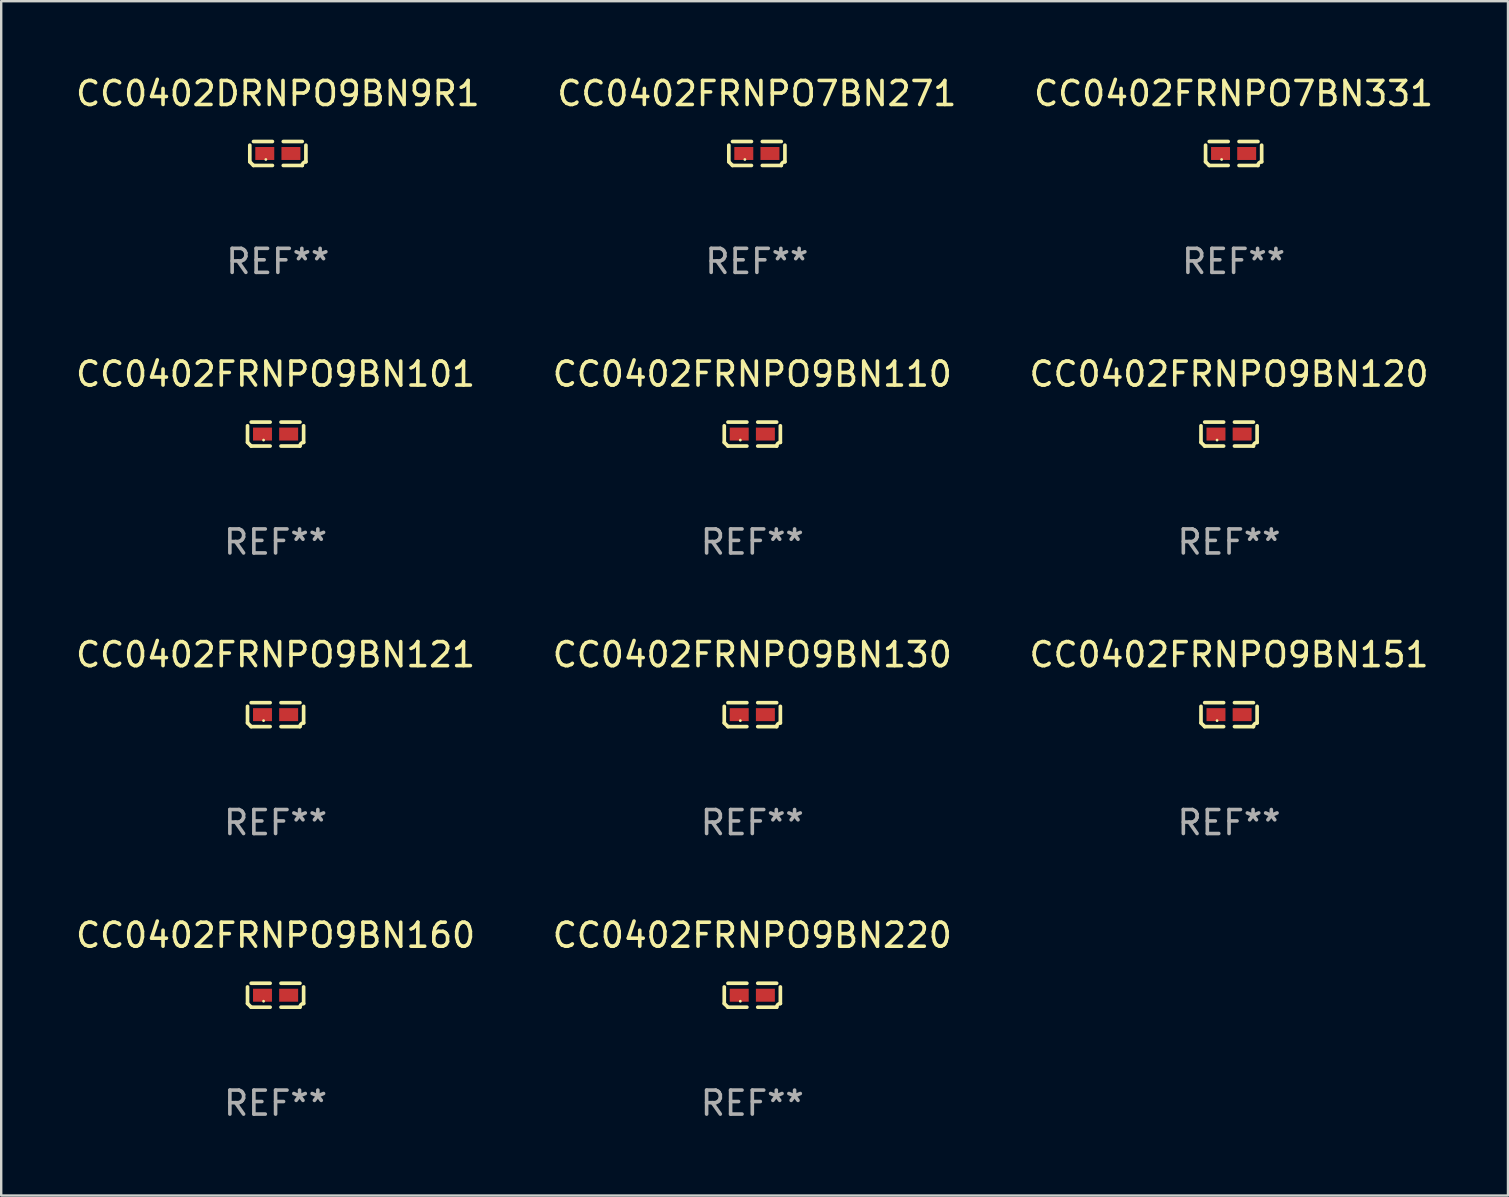
<source format=kicad_pcb>
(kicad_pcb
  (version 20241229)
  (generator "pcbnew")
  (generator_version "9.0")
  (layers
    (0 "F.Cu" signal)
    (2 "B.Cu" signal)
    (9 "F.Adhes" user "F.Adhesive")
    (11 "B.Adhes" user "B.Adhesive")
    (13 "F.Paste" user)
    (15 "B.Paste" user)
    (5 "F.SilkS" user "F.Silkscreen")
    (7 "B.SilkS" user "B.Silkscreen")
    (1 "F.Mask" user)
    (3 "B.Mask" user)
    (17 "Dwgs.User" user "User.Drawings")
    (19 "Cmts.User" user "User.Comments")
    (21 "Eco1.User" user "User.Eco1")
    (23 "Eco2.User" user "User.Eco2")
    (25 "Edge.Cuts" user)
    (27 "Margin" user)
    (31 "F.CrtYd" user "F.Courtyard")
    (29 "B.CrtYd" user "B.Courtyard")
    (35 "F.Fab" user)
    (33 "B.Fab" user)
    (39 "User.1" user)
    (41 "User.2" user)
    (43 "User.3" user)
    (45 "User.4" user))
  (footprint "CC0402FRNPO9BN121"
    (layer "F.Cu")
    (at 8.435 26.734)
    (property "Reference" "CC0402FRNPO9BN121" (at 0 -2.499 0) (layer "F.SilkS") (effects (font (size 1 1) (thickness 0.15))))
    (attr through_hole)
    (fp_line (start -1.169 0.346) (end -1.169 -0.346) (stroke (width 0.152) (type solid)) (layer "F.SilkS"))
    (fp_line (start -1.016 -0.499) (end -0.226 -0.499) (stroke (width 0.152) (type solid)) (layer "F.SilkS"))
    (fp_line (start -0.226 0.499) (end -1.016 0.499) (stroke (width 0.152) (type solid)) (layer "F.SilkS"))
    (fp_line (start 0.226 0.499) (end 1.016 0.499) (stroke (width 0.152) (type solid)) (layer "F.SilkS"))
    (fp_line (start 1.016 -0.499) (end 0.226 -0.499) (stroke (width 0.152) (type solid)) (layer "F.SilkS"))
    (fp_line (start 1.169 0.346) (end 1.169 -0.346) (stroke (width 0.152) (type solid)) (layer "F.SilkS"))
    (fp_arc (start -1.016307 0.498603) (mid -1.092512 0.422405) (end -1.16871 0.3462) (stroke (width 0.1524) (type solid)) (layer "F.SilkS"))
    (fp_arc (start 1.016307 0.498603) (mid 1.060899 0.390758) (end 1.168707 0.346076) (stroke (width 0.1524) (type solid)) (layer "F.SilkS"))
    (fp_circle (center -0.5 0.25) (end -0.47 0.25) (stroke (width 0.06) (type solid)) (fill no) (layer "F.SilkS"))
    (fp_text user "REF**" (at 0 4.499 0) (layer "F.Fab") (effects (font (size 1 1) (thickness 0.15))))
    (pad "1" smd rect (at -0.545 0) (size 0.79 0.54) (layers "F.Cu" "F.Mask" "F.Paste"))
    (pad "2" smd rect (at 0.545 0) (size 0.79 0.54) (layers "F.Cu" "F.Mask" "F.Paste")))
  (footprint "CC0402FRNPO9BN151"
    (layer "F.Cu")
    (at 48.173 26.734)
    (property "Reference" "CC0402FRNPO9BN151" (at 0 -2.499 0) (layer "F.SilkS") (effects (font (size 1 1) (thickness 0.15))))
    (attr through_hole)
    (fp_line (start -1.169 0.346) (end -1.169 -0.346) (stroke (width 0.152) (type solid)) (layer "F.SilkS"))
    (fp_line (start -1.016 -0.499) (end -0.226 -0.499) (stroke (width 0.152) (type solid)) (layer "F.SilkS"))
    (fp_line (start -0.226 0.499) (end -1.016 0.499) (stroke (width 0.152) (type solid)) (layer "F.SilkS"))
    (fp_line (start 0.226 0.499) (end 1.016 0.499) (stroke (width 0.152) (type solid)) (layer "F.SilkS"))
    (fp_line (start 1.016 -0.499) (end 0.226 -0.499) (stroke (width 0.152) (type solid)) (layer "F.SilkS"))
    (fp_line (start 1.169 0.346) (end 1.169 -0.346) (stroke (width 0.152) (type solid)) (layer "F.SilkS"))
    (fp_arc (start -1.016307 0.498603) (mid -1.092512 0.422405) (end -1.16871 0.3462) (stroke (width 0.1524) (type solid)) (layer "F.SilkS"))
    (fp_arc (start 1.016307 0.498603) (mid 1.060899 0.390758) (end 1.168707 0.346076) (stroke (width 0.1524) (type solid)) (layer "F.SilkS"))
    (fp_circle (center -0.5 0.25) (end -0.47 0.25) (stroke (width 0.06) (type solid)) (fill no) (layer "F.SilkS"))
    (fp_text user "REF**" (at 0 4.499 0) (layer "F.Fab") (effects (font (size 1 1) (thickness 0.15))))
    (pad "1" smd rect (at -0.545 0) (size 0.79 0.54) (layers "F.Cu" "F.Mask" "F.Paste"))
    (pad "2" smd rect (at 0.545 0) (size 0.79 0.54) (layers "F.Cu" "F.Mask" "F.Paste")))
  (footprint "CC0402FRNPO9BN220"
    (layer "F.Cu")
    (at 28.304 38.428)
    (property "Reference" "CC0402FRNPO9BN220" (at 0 -2.499 0) (layer "F.SilkS") (effects (font (size 1 1) (thickness 0.15))))
    (attr through_hole)
    (fp_line (start -1.169 0.346) (end -1.169 -0.346) (stroke (width 0.152) (type solid)) (layer "F.SilkS"))
    (fp_line (start -1.016 -0.499) (end -0.226 -0.499) (stroke (width 0.152) (type solid)) (layer "F.SilkS"))
    (fp_line (start -0.226 0.499) (end -1.016 0.499) (stroke (width 0.152) (type solid)) (layer "F.SilkS"))
    (fp_line (start 0.226 0.499) (end 1.016 0.499) (stroke (width 0.152) (type solid)) (layer "F.SilkS"))
    (fp_line (start 1.016 -0.499) (end 0.226 -0.499) (stroke (width 0.152) (type solid)) (layer "F.SilkS"))
    (fp_line (start 1.169 0.346) (end 1.169 -0.346) (stroke (width 0.152) (type solid)) (layer "F.SilkS"))
    (fp_arc (start -1.016307 0.498603) (mid -1.092512 0.422405) (end -1.16871 0.3462) (stroke (width 0.1524) (type solid)) (layer "F.SilkS"))
    (fp_arc (start 1.016307 0.498603) (mid 1.060899 0.390758) (end 1.168707 0.346076) (stroke (width 0.1524) (type solid)) (layer "F.SilkS"))
    (fp_circle (center -0.5 0.25) (end -0.47 0.25) (stroke (width 0.06) (type solid)) (fill no) (layer "F.SilkS"))
    (fp_text user "REF**" (at 0 4.499 0) (layer "F.Fab") (effects (font (size 1 1) (thickness 0.15))))
    (pad "1" smd rect (at -0.545 0) (size 0.79 0.54) (layers "F.Cu" "F.Mask" "F.Paste"))
    (pad "2" smd rect (at 0.545 0) (size 0.79 0.54) (layers "F.Cu" "F.Mask" "F.Paste")))
  (footprint "CC0402FRNPO7BN271"
    (layer "F.Cu")
    (at 28.494 3.347)
    (property "Reference" "CC0402FRNPO7BN271" (at 0 -2.499 0) (layer "F.SilkS") (effects (font (size 1 1) (thickness 0.15))))
    (attr through_hole)
    (fp_line (start -1.169 0.346) (end -1.169 -0.346) (stroke (width 0.152) (type solid)) (layer "F.SilkS"))
    (fp_line (start -1.016 -0.499) (end -0.226 -0.499) (stroke (width 0.152) (type solid)) (layer "F.SilkS"))
    (fp_line (start -0.226 0.499) (end -1.016 0.499) (stroke (width 0.152) (type solid)) (layer "F.SilkS"))
    (fp_line (start 0.226 0.499) (end 1.016 0.499) (stroke (width 0.152) (type solid)) (layer "F.SilkS"))
    (fp_line (start 1.016 -0.499) (end 0.226 -0.499) (stroke (width 0.152) (type solid)) (layer "F.SilkS"))
    (fp_line (start 1.169 0.346) (end 1.169 -0.346) (stroke (width 0.152) (type solid)) (layer "F.SilkS"))
    (fp_arc (start -1.016307 0.498603) (mid -1.092512 0.422405) (end -1.16871 0.3462) (stroke (width 0.1524) (type solid)) (layer "F.SilkS"))
    (fp_arc (start 1.016307 0.498603) (mid 1.060899 0.390758) (end 1.168707 0.346076) (stroke (width 0.1524) (type solid)) (layer "F.SilkS"))
    (fp_circle (center -0.5 0.25) (end -0.47 0.25) (stroke (width 0.06) (type solid)) (fill no) (layer "F.SilkS"))
    (fp_text user "REF**" (at 0 4.499 0) (layer "F.Fab") (effects (font (size 1 1) (thickness 0.15))))
    (pad "1" smd rect (at -0.545 0) (size 0.79 0.54) (layers "F.Cu" "F.Mask" "F.Paste"))
    (pad "2" smd rect (at 0.545 0) (size 0.79 0.54) (layers "F.Cu" "F.Mask" "F.Paste")))
  (footprint "CC0402DRNPO9BN9R1"
    (layer "F.Cu")
    (at 8.53 3.347)
    (property "Reference" "CC0402DRNPO9BN9R1" (at 0 -2.499 0) (layer "F.SilkS") (effects (font (size 1 1) (thickness 0.15))))
    (attr through_hole)
    (fp_line (start -1.169 0.346) (end -1.169 -0.346) (stroke (width 0.152) (type solid)) (layer "F.SilkS"))
    (fp_line (start -1.016 -0.499) (end -0.226 -0.499) (stroke (width 0.152) (type solid)) (layer "F.SilkS"))
    (fp_line (start -0.226 0.499) (end -1.016 0.499) (stroke (width 0.152) (type solid)) (layer "F.SilkS"))
    (fp_line (start 0.226 0.499) (end 1.016 0.499) (stroke (width 0.152) (type solid)) (layer "F.SilkS"))
    (fp_line (start 1.016 -0.499) (end 0.226 -0.499) (stroke (width 0.152) (type solid)) (layer "F.SilkS"))
    (fp_line (start 1.169 0.346) (end 1.169 -0.346) (stroke (width 0.152) (type solid)) (layer "F.SilkS"))
    (fp_arc (start -1.016307 0.498603) (mid -1.092512 0.422405) (end -1.16871 0.3462) (stroke (width 0.1524) (type solid)) (layer "F.SilkS"))
    (fp_arc (start 1.016307 0.498603) (mid 1.060899 0.390758) (end 1.168707 0.346076) (stroke (width 0.1524) (type solid)) (layer "F.SilkS"))
    (fp_circle (center -0.5 0.25) (end -0.47 0.25) (stroke (width 0.06) (type solid)) (fill no) (layer "F.SilkS"))
    (fp_text user "REF**" (at 0 4.499 0) (layer "F.Fab") (effects (font (size 1 1) (thickness 0.15))))
    (pad "1" smd rect (at -0.545 0) (size 0.79 0.54) (layers "F.Cu" "F.Mask" "F.Paste"))
    (pad "2" smd rect (at 0.545 0) (size 0.79 0.54) (layers "F.Cu" "F.Mask" "F.Paste")))
  (footprint "CC0402FRNPO7BN331"
    (layer "F.Cu")
    (at 48.363 3.347)
    (property "Reference" "CC0402FRNPO7BN331" (at 0 -2.499 0) (layer "F.SilkS") (effects (font (size 1 1) (thickness 0.15))))
    (attr through_hole)
    (fp_line (start -1.169 0.346) (end -1.169 -0.346) (stroke (width 0.152) (type solid)) (layer "F.SilkS"))
    (fp_line (start -1.016 -0.499) (end -0.226 -0.499) (stroke (width 0.152) (type solid)) (layer "F.SilkS"))
    (fp_line (start -0.226 0.499) (end -1.016 0.499) (stroke (width 0.152) (type solid)) (layer "F.SilkS"))
    (fp_line (start 0.226 0.499) (end 1.016 0.499) (stroke (width 0.152) (type solid)) (layer "F.SilkS"))
    (fp_line (start 1.016 -0.499) (end 0.226 -0.499) (stroke (width 0.152) (type solid)) (layer "F.SilkS"))
    (fp_line (start 1.169 0.346) (end 1.169 -0.346) (stroke (width 0.152) (type solid)) (layer "F.SilkS"))
    (fp_arc (start -1.016307 0.498603) (mid -1.092512 0.422405) (end -1.16871 0.3462) (stroke (width 0.1524) (type solid)) (layer "F.SilkS"))
    (fp_arc (start 1.016307 0.498603) (mid 1.060899 0.390758) (end 1.168707 0.346076) (stroke (width 0.1524) (type solid)) (layer "F.SilkS"))
    (fp_circle (center -0.5 0.25) (end -0.47 0.25) (stroke (width 0.06) (type solid)) (fill no) (layer "F.SilkS"))
    (fp_text user "REF**" (at 0 4.499 0) (layer "F.Fab") (effects (font (size 1 1) (thickness 0.15))))
    (pad "1" smd rect (at -0.545 0) (size 0.79 0.54) (layers "F.Cu" "F.Mask" "F.Paste"))
    (pad "2" smd rect (at 0.545 0) (size 0.79 0.54) (layers "F.Cu" "F.Mask" "F.Paste")))
  (footprint "CC0402FRNPO9BN110"
    (layer "F.Cu")
    (at 28.304 15.041)
    (property "Reference" "CC0402FRNPO9BN110" (at 0 -2.499 0) (layer "F.SilkS") (effects (font (size 1 1) (thickness 0.15))))
    (attr through_hole)
    (fp_line (start -1.169 0.346) (end -1.169 -0.346) (stroke (width 0.152) (type solid)) (layer "F.SilkS"))
    (fp_line (start -1.016 -0.499) (end -0.226 -0.499) (stroke (width 0.152) (type solid)) (layer "F.SilkS"))
    (fp_line (start -0.226 0.499) (end -1.016 0.499) (stroke (width 0.152) (type solid)) (layer "F.SilkS"))
    (fp_line (start 0.226 0.499) (end 1.016 0.499) (stroke (width 0.152) (type solid)) (layer "F.SilkS"))
    (fp_line (start 1.016 -0.499) (end 0.226 -0.499) (stroke (width 0.152) (type solid)) (layer "F.SilkS"))
    (fp_line (start 1.169 0.346) (end 1.169 -0.346) (stroke (width 0.152) (type solid)) (layer "F.SilkS"))
    (fp_arc (start -1.016307 0.498603) (mid -1.092512 0.422405) (end -1.16871 0.3462) (stroke (width 0.1524) (type solid)) (layer "F.SilkS"))
    (fp_arc (start 1.016307 0.498603) (mid 1.060899 0.390758) (end 1.168707 0.346076) (stroke (width 0.1524) (type solid)) (layer "F.SilkS"))
    (fp_circle (center -0.5 0.25) (end -0.47 0.25) (stroke (width 0.06) (type solid)) (fill no) (layer "F.SilkS"))
    (fp_text user "REF**" (at 0 4.499 0) (layer "F.Fab") (effects (font (size 1 1) (thickness 0.15))))
    (pad "1" smd rect (at -0.545 0) (size 0.79 0.54) (layers "F.Cu" "F.Mask" "F.Paste"))
    (pad "2" smd rect (at 0.545 0) (size 0.79 0.54) (layers "F.Cu" "F.Mask" "F.Paste")))
  (footprint "CC0402FRNPO9BN160"
    (layer "F.Cu")
    (at 8.435 38.428)
    (property "Reference" "CC0402FRNPO9BN160" (at 0 -2.499 0) (layer "F.SilkS") (effects (font (size 1 1) (thickness 0.15))))
    (attr through_hole)
    (fp_line (start -1.169 0.346) (end -1.169 -0.346) (stroke (width 0.152) (type solid)) (layer "F.SilkS"))
    (fp_line (start -1.016 -0.499) (end -0.226 -0.499) (stroke (width 0.152) (type solid)) (layer "F.SilkS"))
    (fp_line (start -0.226 0.499) (end -1.016 0.499) (stroke (width 0.152) (type solid)) (layer "F.SilkS"))
    (fp_line (start 0.226 0.499) (end 1.016 0.499) (stroke (width 0.152) (type solid)) (layer "F.SilkS"))
    (fp_line (start 1.016 -0.499) (end 0.226 -0.499) (stroke (width 0.152) (type solid)) (layer "F.SilkS"))
    (fp_line (start 1.169 0.346) (end 1.169 -0.346) (stroke (width 0.152) (type solid)) (layer "F.SilkS"))
    (fp_arc (start -1.016307 0.498603) (mid -1.092512 0.422405) (end -1.16871 0.3462) (stroke (width 0.1524) (type solid)) (layer "F.SilkS"))
    (fp_arc (start 1.016307 0.498603) (mid 1.060899 0.390758) (end 1.168707 0.346076) (stroke (width 0.1524) (type solid)) (layer "F.SilkS"))
    (fp_circle (center -0.5 0.25) (end -0.47 0.25) (stroke (width 0.06) (type solid)) (fill no) (layer "F.SilkS"))
    (fp_text user "REF**" (at 0 4.499 0) (layer "F.Fab") (effects (font (size 1 1) (thickness 0.15))))
    (pad "1" smd rect (at -0.545 0) (size 0.79 0.54) (layers "F.Cu" "F.Mask" "F.Paste"))
    (pad "2" smd rect (at 0.545 0) (size 0.79 0.54) (layers "F.Cu" "F.Mask" "F.Paste")))
  (footprint "CC0402FRNPO9BN120"
    (layer "F.Cu")
    (at 48.173 15.041)
    (property "Reference" "CC0402FRNPO9BN120" (at 0 -2.499 0) (layer "F.SilkS") (effects (font (size 1 1) (thickness 0.15))))
    (attr through_hole)
    (fp_line (start -1.169 0.346) (end -1.169 -0.346) (stroke (width 0.152) (type solid)) (layer "F.SilkS"))
    (fp_line (start -1.016 -0.499) (end -0.226 -0.499) (stroke (width 0.152) (type solid)) (layer "F.SilkS"))
    (fp_line (start -0.226 0.499) (end -1.016 0.499) (stroke (width 0.152) (type solid)) (layer "F.SilkS"))
    (fp_line (start 0.226 0.499) (end 1.016 0.499) (stroke (width 0.152) (type solid)) (layer "F.SilkS"))
    (fp_line (start 1.016 -0.499) (end 0.226 -0.499) (stroke (width 0.152) (type solid)) (layer "F.SilkS"))
    (fp_line (start 1.169 0.346) (end 1.169 -0.346) (stroke (width 0.152) (type solid)) (layer "F.SilkS"))
    (fp_arc (start -1.016307 0.498603) (mid -1.092512 0.422405) (end -1.16871 0.3462) (stroke (width 0.1524) (type solid)) (layer "F.SilkS"))
    (fp_arc (start 1.016307 0.498603) (mid 1.060899 0.390758) (end 1.168707 0.346076) (stroke (width 0.1524) (type solid)) (layer "F.SilkS"))
    (fp_circle (center -0.5 0.25) (end -0.47 0.25) (stroke (width 0.06) (type solid)) (fill no) (layer "F.SilkS"))
    (fp_text user "REF**" (at 0 4.499 0) (layer "F.Fab") (effects (font (size 1 1) (thickness 0.15))))
    (pad "1" smd rect (at -0.545 0) (size 0.79 0.54) (layers "F.Cu" "F.Mask" "F.Paste"))
    (pad "2" smd rect (at 0.545 0) (size 0.79 0.54) (layers "F.Cu" "F.Mask" "F.Paste")))
  (footprint "CC0402FRNPO9BN130"
    (layer "F.Cu")
    (at 28.304 26.734)
    (property "Reference" "CC0402FRNPO9BN130" (at 0 -2.499 0) (layer "F.SilkS") (effects (font (size 1 1) (thickness 0.15))))
    (attr through_hole)
    (fp_line (start -1.169 0.346) (end -1.169 -0.346) (stroke (width 0.152) (type solid)) (layer "F.SilkS"))
    (fp_line (start -1.016 -0.499) (end -0.226 -0.499) (stroke (width 0.152) (type solid)) (layer "F.SilkS"))
    (fp_line (start -0.226 0.499) (end -1.016 0.499) (stroke (width 0.152) (type solid)) (layer "F.SilkS"))
    (fp_line (start 0.226 0.499) (end 1.016 0.499) (stroke (width 0.152) (type solid)) (layer "F.SilkS"))
    (fp_line (start 1.016 -0.499) (end 0.226 -0.499) (stroke (width 0.152) (type solid)) (layer "F.SilkS"))
    (fp_line (start 1.169 0.346) (end 1.169 -0.346) (stroke (width 0.152) (type solid)) (layer "F.SilkS"))
    (fp_arc (start -1.016307 0.498603) (mid -1.092512 0.422405) (end -1.16871 0.3462) (stroke (width 0.1524) (type solid)) (layer "F.SilkS"))
    (fp_arc (start 1.016307 0.498603) (mid 1.060899 0.390758) (end 1.168707 0.346076) (stroke (width 0.1524) (type solid)) (layer "F.SilkS"))
    (fp_circle (center -0.5 0.25) (end -0.47 0.25) (stroke (width 0.06) (type solid)) (fill no) (layer "F.SilkS"))
    (fp_text user "REF**" (at 0 4.499 0) (layer "F.Fab") (effects (font (size 1 1) (thickness 0.15))))
    (pad "1" smd rect (at -0.545 0) (size 0.79 0.54) (layers "F.Cu" "F.Mask" "F.Paste"))
    (pad "2" smd rect (at 0.545 0) (size 0.79 0.54) (layers "F.Cu" "F.Mask" "F.Paste")))
  (footprint "CC0402FRNPO9BN101"
    (layer "F.Cu")
    (at 8.435 15.041)
    (property "Reference" "CC0402FRNPO9BN101" (at 0 -2.499 0) (layer "F.SilkS") (effects (font (size 1 1) (thickness 0.15))))
    (attr through_hole)
    (fp_line (start -1.169 0.346) (end -1.169 -0.346) (stroke (width 0.152) (type solid)) (layer "F.SilkS"))
    (fp_line (start -1.016 -0.499) (end -0.226 -0.499) (stroke (width 0.152) (type solid)) (layer "F.SilkS"))
    (fp_line (start -0.226 0.499) (end -1.016 0.499) (stroke (width 0.152) (type solid)) (layer "F.SilkS"))
    (fp_line (start 0.226 0.499) (end 1.016 0.499) (stroke (width 0.152) (type solid)) (layer "F.SilkS"))
    (fp_line (start 1.016 -0.499) (end 0.226 -0.499) (stroke (width 0.152) (type solid)) (layer "F.SilkS"))
    (fp_line (start 1.169 0.346) (end 1.169 -0.346) (stroke (width 0.152) (type solid)) (layer "F.SilkS"))
    (fp_arc (start -1.016307 0.498603) (mid -1.092512 0.422405) (end -1.16871 0.3462) (stroke (width 0.1524) (type solid)) (layer "F.SilkS"))
    (fp_arc (start 1.016307 0.498603) (mid 1.060899 0.390758) (end 1.168707 0.346076) (stroke (width 0.1524) (type solid)) (layer "F.SilkS"))
    (fp_circle (center -0.5 0.25) (end -0.47 0.25) (stroke (width 0.06) (type solid)) (fill no) (layer "F.SilkS"))
    (fp_text user "REF**" (at 0 4.499 0) (layer "F.Fab") (effects (font (size 1 1) (thickness 0.15))))
    (pad "1" smd rect (at -0.545 0) (size 0.79 0.54) (layers "F.Cu" "F.Mask" "F.Paste"))
    (pad "2" smd rect (at 0.545 0) (size 0.79 0.54) (layers "F.Cu" "F.Mask" "F.Paste")))
  (gr_rect
    (start -3 -3)
    (end 59.798 46.775)
    (stroke (width 0.1) (type default))
    (fill no)
    (layer "Edge.Cuts")))
</source>
